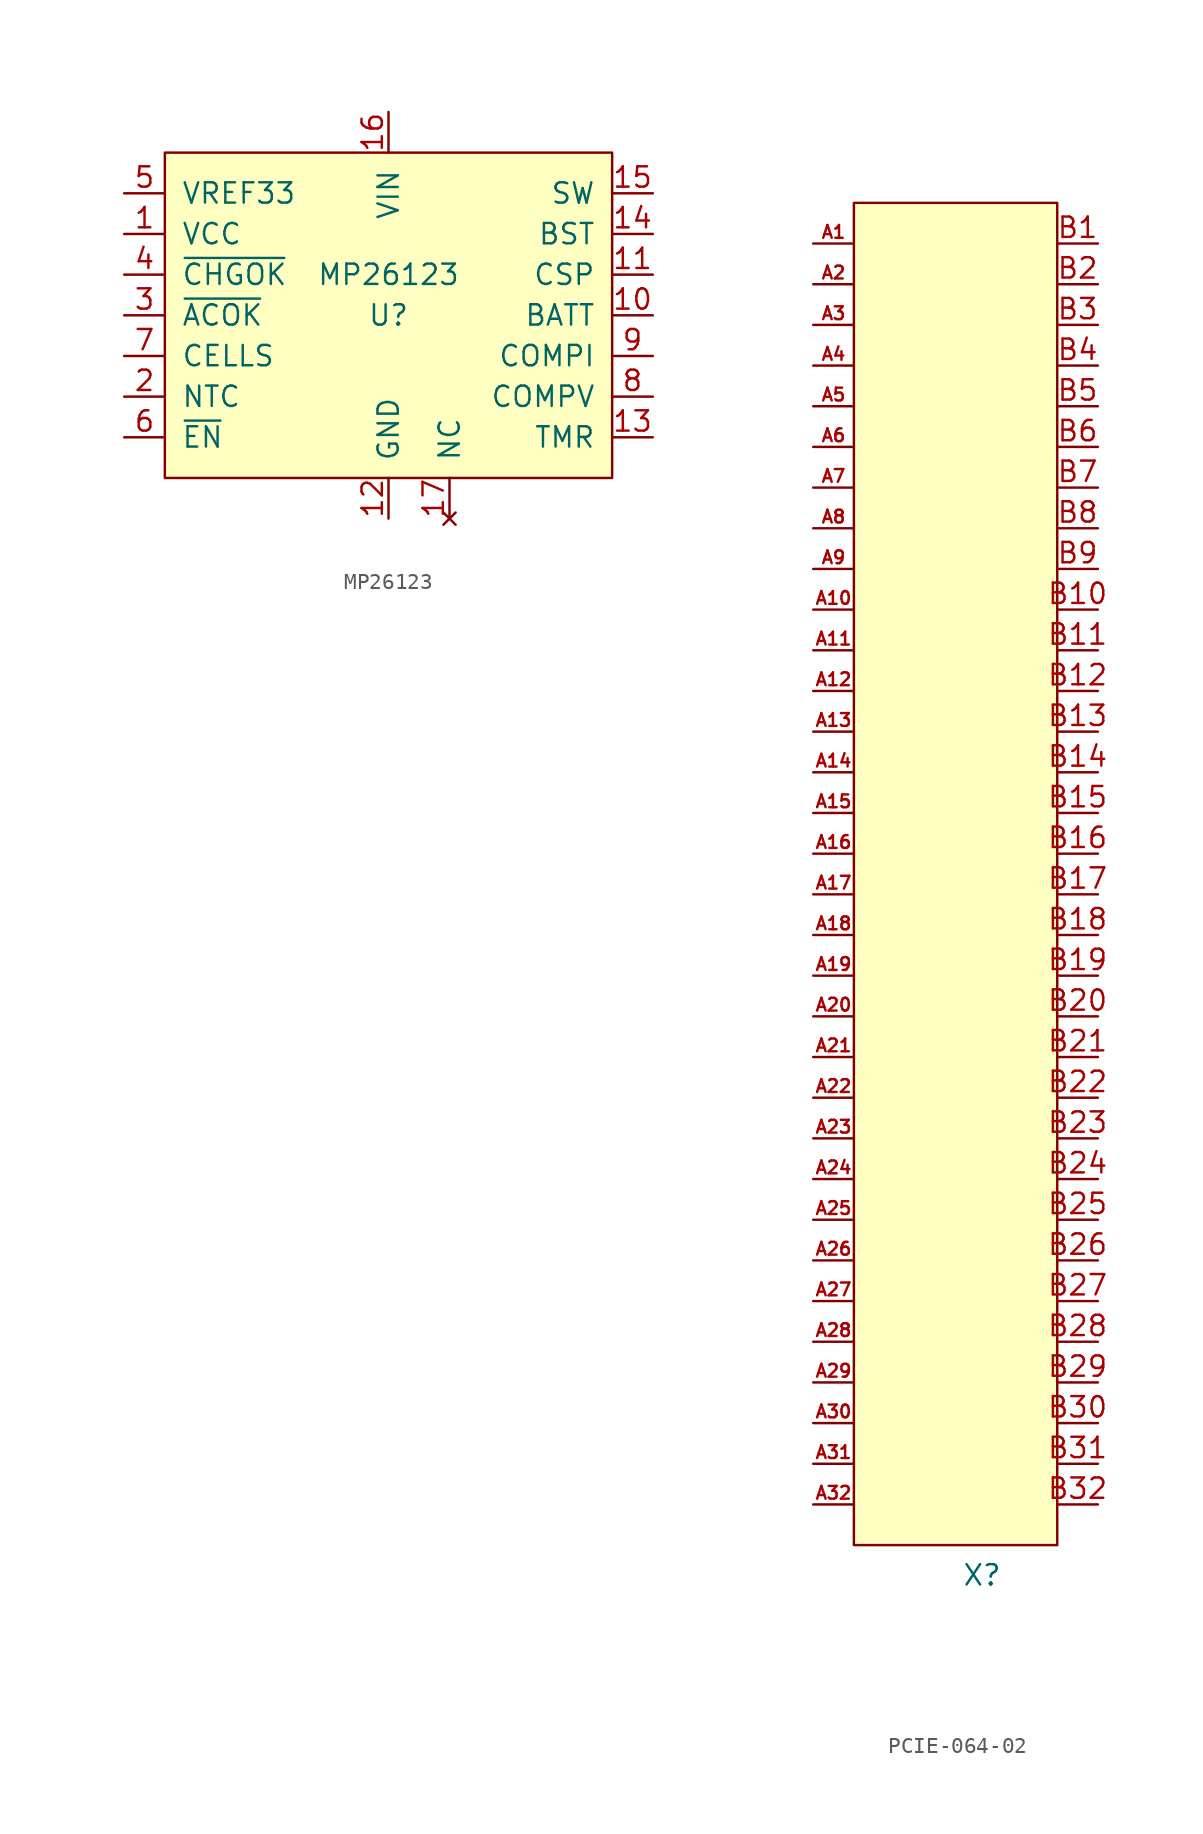
<source format=kicad_sym>
(kicad_symbol_lib
  (version 20220914)
  (generator kicad_symbol_editor)
  (symbol "MP26123"
    (pin_names
      (offset 1.016))
    (property "Reference" "U"
      (at 0 0 0)
      (effects (font (size 1.27 1.27))))
    (property "Value" "MP26123"
      (at 0 2.54 0)
      (effects (font (size 1.27 1.27))))
    (symbol "MP26123_0_1"
      (rectangle (start 13.97 10.16) (end -13.97 -10.16) (stroke (width 0) (type default)) (fill (type background))))
    (symbol "MP26123_1_1"
      (pin power_in line (at -16.51 5.08 0) (length 2.54) (name "VCC" (effects (font (size 1.27 1.27)))) (number "1" (effects (font (size 1.27 1.27)))))
      (pin input line (at 16.51 0 180) (length 2.54) (name "BATT" (effects (font (size 1.27 1.27)))) (number "10" (effects (font (size 1.27 1.27)))))
      (pin input line (at 16.51 2.54 180) (length 2.54) (name "CSP" (effects (font (size 1.27 1.27)))) (number "11" (effects (font (size 1.27 1.27)))))
      (pin power_in line (at 0 -12.7 90) (length 2.54) (name "GND" (effects (font (size 1.27 1.27)))) (number "12" (effects (font (size 1.27 1.27)))))
      (pin input line (at 16.51 -7.62 180) (length 2.54) (name "TMR" (effects (font (size 1.27 1.27)))) (number "13" (effects (font (size 1.27 1.27)))))
      (pin output line (at 16.51 5.08 180) (length 2.54) (name "BST" (effects (font (size 1.27 1.27)))) (number "14" (effects (font (size 1.27 1.27)))))
      (pin output line (at 16.51 7.62 180) (length 2.54) (name "SW" (effects (font (size 1.27 1.27)))) (number "15" (effects (font (size 1.27 1.27)))))
      (pin input line (at 0 12.7 270) (length 2.54) (name "VIN" (effects (font (size 1.27 1.27)))) (number "16" (effects (font (size 1.27 1.27)))))
      (pin no_connect line (at 3.81 -12.7 90) (length 2.54) (name "NC" (effects (font (size 1.27 1.27)))) (number "17" (effects (font (size 1.27 1.27)))))
      (pin input line (at -16.51 -5.08 0) (length 2.54) (name "NTC" (effects (font (size 1.27 1.27)))) (number "2" (effects (font (size 1.27 1.27)))))
      (pin open_collector line (at -16.51 0 0) (length 2.54) (name "~{ACOK}" (effects (font (size 1.27 1.27)))) (number "3" (effects (font (size 1.27 1.27)))))
      (pin open_collector line (at -16.51 2.54 0) (length 2.54) (name "~{CHGOK}" (effects (font (size 1.27 1.27)))) (number "4" (effects (font (size 1.27 1.27)))))
      (pin output line (at -16.51 7.62 0) (length 2.54) (name "VREF33" (effects (font (size 1.27 1.27)))) (number "5" (effects (font (size 1.27 1.27)))))
      (pin input line (at -16.51 -7.62 0) (length 2.54) (name "~{EN}" (effects (font (size 1.27 1.27)))) (number "6" (effects (font (size 1.27 1.27)))))
      (pin input line (at -16.51 -2.54 0) (length 2.54) (name "CELLS" (effects (font (size 1.27 1.27)))) (number "7" (effects (font (size 1.27 1.27)))))
      (pin input line (at 16.51 -5.08 180) (length 2.54) (name "COMPV" (effects (font (size 1.27 1.27)))) (number "8" (effects (font (size 1.27 1.27)))))
      (pin input line (at 16.51 -2.54 180) (length 2.54) (name "COMPI" (effects (font (size 1.27 1.27)))) (number "9" (effects (font (size 1.27 1.27)))))))
  (symbol "PCIE-064-02"
    (property "Reference" "X"
      (at 1.653 -43.788 0)
      (effects (font (size 1.27 1.27))))
    (property "Value" ""
      (at 0 0 0)
      (effects (font (size 1.27 1.27))))
    (symbol "PCIE-064-02_1_1"
      (rectangle (start -6.35 41.91) (end 6.35 -41.91) (stroke (width 0) (type default)) (fill (type background)))
      (pin input line (at -8.89 39.37 0) (length 2.54) (name "" (effects (font (size 1.27 1.27)))) (number "A1" (effects (font (size 0.8 0.8)))))
      (pin input line (at -8.89 16.51 0) (length 2.54) (name "" (effects (font (size 1.27 1.27)))) (number "A10" (effects (font (size 0.8 0.8)))))
      (pin input line (at -8.89 13.97 0) (length 2.54) (name "" (effects (font (size 1.27 1.27)))) (number "A11" (effects (font (size 0.8 0.8)))))
      (pin input line (at -8.89 11.43 0) (length 2.54) (name "" (effects (font (size 1.27 1.27)))) (number "A12" (effects (font (size 0.8 0.8)))))
      (pin input line (at -8.89 8.89 0) (length 2.54) (name "" (effects (font (size 1.27 1.27)))) (number "A13" (effects (font (size 0.8 0.8)))))
      (pin input line (at -8.89 6.35 0) (length 2.54) (name "" (effects (font (size 1.27 1.27)))) (number "A14" (effects (font (size 0.8 0.8)))))
      (pin input line (at -8.89 3.81 0) (length 2.54) (name "" (effects (font (size 1.27 1.27)))) (number "A15" (effects (font (size 0.8 0.8)))))
      (pin input line (at -8.89 1.27 0) (length 2.54) (name "" (effects (font (size 1.27 1.27)))) (number "A16" (effects (font (size 0.8 0.8)))))
      (pin input line (at -8.89 -1.27 0) (length 2.54) (name "" (effects (font (size 1.27 1.27)))) (number "A17" (effects (font (size 0.8 0.8)))))
      (pin input line (at -8.89 -3.81 0) (length 2.54) (name "" (effects (font (size 1.27 1.27)))) (number "A18" (effects (font (size 0.8 0.8)))))
      (pin input line (at -8.89 -6.35 0) (length 2.54) (name "" (effects (font (size 1.27 1.27)))) (number "A19" (effects (font (size 0.8 0.8)))))
      (pin input line (at -8.89 36.83 0) (length 2.54) (name "" (effects (font (size 1.27 1.27)))) (number "A2" (effects (font (size 0.8 0.8)))))
      (pin input line (at -8.89 -8.89 0) (length 2.54) (name "" (effects (font (size 1.27 1.27)))) (number "A20" (effects (font (size 0.8 0.8)))))
      (pin input line (at -8.89 -11.43 0) (length 2.54) (name "" (effects (font (size 1.27 1.27)))) (number "A21" (effects (font (size 0.8 0.8)))))
      (pin input line (at -8.89 -13.97 0) (length 2.54) (name "" (effects (font (size 1.27 1.27)))) (number "A22" (effects (font (size 0.8 0.8)))))
      (pin input line (at -8.89 -16.51 0) (length 2.54) (name "" (effects (font (size 1.27 1.27)))) (number "A23" (effects (font (size 0.8 0.8)))))
      (pin input line (at -8.89 -19.05 0) (length 2.54) (name "" (effects (font (size 1.27 1.27)))) (number "A24" (effects (font (size 0.8 0.8)))))
      (pin input line (at -8.89 -21.59 0) (length 2.54) (name "" (effects (font (size 1.27 1.27)))) (number "A25" (effects (font (size 0.8 0.8)))))
      (pin input line (at -8.89 -24.13 0) (length 2.54) (name "" (effects (font (size 1.27 1.27)))) (number "A26" (effects (font (size 0.8 0.8)))))
      (pin input line (at -8.89 -26.67 0) (length 2.54) (name "" (effects (font (size 1.27 1.27)))) (number "A27" (effects (font (size 0.8 0.8)))))
      (pin input line (at -8.89 -29.21 0) (length 2.54) (name "" (effects (font (size 1.27 1.27)))) (number "A28" (effects (font (size 0.8 0.8)))))
      (pin input line (at -8.89 -31.75 0) (length 2.54) (name "" (effects (font (size 1.27 1.27)))) (number "A29" (effects (font (size 0.8 0.8)))))
      (pin input line (at -8.89 34.29 0) (length 2.54) (name "" (effects (font (size 1.27 1.27)))) (number "A3" (effects (font (size 0.8 0.8)))))
      (pin input line (at -8.89 -34.29 0) (length 2.54) (name "" (effects (font (size 1.27 1.27)))) (number "A30" (effects (font (size 0.8 0.8)))))
      (pin input line (at -8.89 -36.83 0) (length 2.54) (name "" (effects (font (size 1.27 1.27)))) (number "A31" (effects (font (size 0.8 0.8)))))
      (pin input line (at -8.89 -39.37 0) (length 2.54) (name "" (effects (font (size 1.27 1.27)))) (number "A32" (effects (font (size 0.8 0.8)))))
      (pin input line (at -8.89 31.75 0) (length 2.54) (name "" (effects (font (size 1.27 1.27)))) (number "A4" (effects (font (size 0.8 0.8)))))
      (pin input line (at -8.89 29.21 0) (length 2.54) (name "" (effects (font (size 1.27 1.27)))) (number "A5" (effects (font (size 0.8 0.8)))))
      (pin input line (at -8.89 26.67 0) (length 2.54) (name "" (effects (font (size 1.27 1.27)))) (number "A6" (effects (font (size 0.8 0.8)))))
      (pin input line (at -8.89 24.13 0) (length 2.54) (name "" (effects (font (size 1.27 1.27)))) (number "A7" (effects (font (size 0.8 0.8)))))
      (pin input line (at -8.89 21.59 0) (length 2.54) (name "" (effects (font (size 1.27 1.27)))) (number "A8" (effects (font (size 0.8 0.8)))))
      (pin input line (at -8.89 19.05 0) (length 2.54) (name "" (effects (font (size 1.27 1.27)))) (number "A9" (effects (font (size 0.8 0.8)))))
      (pin input line (at 8.89 39.37 180) (length 2.54) (name "" (effects (font (size 1.27 1.27)))) (number "B1" (effects (font (size 1.27 1.27)))))
      (pin input line (at 8.89 16.51 180) (length 2.54) (name "" (effects (font (size 1.27 1.27)))) (number "B10" (effects (font (size 1.27 1.27)))))
      (pin input line (at 8.89 13.97 180) (length 2.54) (name "" (effects (font (size 1.27 1.27)))) (number "B11" (effects (font (size 1.27 1.27)))))
      (pin input line (at 8.89 11.43 180) (length 2.54) (name "" (effects (font (size 1.27 1.27)))) (number "B12" (effects (font (size 1.27 1.27)))))
      (pin input line (at 8.89 8.89 180) (length 2.54) (name "" (effects (font (size 1.27 1.27)))) (number "B13" (effects (font (size 1.27 1.27)))))
      (pin input line (at 8.89 6.35 180) (length 2.54) (name "" (effects (font (size 1.27 1.27)))) (number "B14" (effects (font (size 1.27 1.27)))))
      (pin input line (at 8.89 3.81 180) (length 2.54) (name "" (effects (font (size 1.27 1.27)))) (number "B15" (effects (font (size 1.27 1.27)))))
      (pin input line (at 8.89 1.27 180) (length 2.54) (name "" (effects (font (size 1.27 1.27)))) (number "B16" (effects (font (size 1.27 1.27)))))
      (pin input line (at 8.89 -1.27 180) (length 2.54) (name "" (effects (font (size 1.27 1.27)))) (number "B17" (effects (font (size 1.27 1.27)))))
      (pin input line (at 8.89 -3.81 180) (length 2.54) (name "" (effects (font (size 1.27 1.27)))) (number "B18" (effects (font (size 1.27 1.27)))))
      (pin input line (at 8.89 -6.35 180) (length 2.54) (name "" (effects (font (size 1.27 1.27)))) (number "B19" (effects (font (size 1.27 1.27)))))
      (pin input line (at 8.89 36.83 180) (length 2.54) (name "" (effects (font (size 1.27 1.27)))) (number "B2" (effects (font (size 1.27 1.27)))))
      (pin input line (at 8.89 -8.89 180) (length 2.54) (name "" (effects (font (size 1.27 1.27)))) (number "B20" (effects (font (size 1.27 1.27)))))
      (pin input line (at 8.89 -11.43 180) (length 2.54) (name "" (effects (font (size 1.27 1.27)))) (number "B21" (effects (font (size 1.27 1.27)))))
      (pin input line (at 8.89 -13.97 180) (length 2.54) (name "" (effects (font (size 1.27 1.27)))) (number "B22" (effects (font (size 1.27 1.27)))))
      (pin input line (at 8.89 -16.51 180) (length 2.54) (name "" (effects (font (size 1.27 1.27)))) (number "B23" (effects (font (size 1.27 1.27)))))
      (pin input line (at 8.89 -19.05 180) (length 2.54) (name "" (effects (font (size 1.27 1.27)))) (number "B24" (effects (font (size 1.27 1.27)))))
      (pin input line (at 8.89 -21.59 180) (length 2.54) (name "" (effects (font (size 1.27 1.27)))) (number "B25" (effects (font (size 1.27 1.27)))))
      (pin input line (at 8.89 -24.13 180) (length 2.54) (name "" (effects (font (size 1.27 1.27)))) (number "B26" (effects (font (size 1.27 1.27)))))
      (pin input line (at 8.89 -26.67 180) (length 2.54) (name "" (effects (font (size 1.27 1.27)))) (number "B27" (effects (font (size 1.27 1.27)))))
      (pin input line (at 8.89 -29.21 180) (length 2.54) (name "" (effects (font (size 1.27 1.27)))) (number "B28" (effects (font (size 1.27 1.27)))))
      (pin input line (at 8.89 -31.75 180) (length 2.54) (name "" (effects (font (size 1.27 1.27)))) (number "B29" (effects (font (size 1.27 1.27)))))
      (pin input line (at 8.89 34.29 180) (length 2.54) (name "" (effects (font (size 1.27 1.27)))) (number "B3" (effects (font (size 1.27 1.27)))))
      (pin input line (at 8.89 -34.29 180) (length 2.54) (name "" (effects (font (size 1.27 1.27)))) (number "B30" (effects (font (size 1.27 1.27)))))
      (pin input line (at 8.89 -36.83 180) (length 2.54) (name "" (effects (font (size 1.27 1.27)))) (number "B31" (effects (font (size 1.27 1.27)))))
      (pin input line (at 8.89 -39.37 180) (length 2.54) (name "" (effects (font (size 1.27 1.27)))) (number "B32" (effects (font (size 1.27 1.27)))))
      (pin input line (at 8.89 31.75 180) (length 2.54) (name "" (effects (font (size 1.27 1.27)))) (number "B4" (effects (font (size 1.27 1.27)))))
      (pin input line (at 8.89 29.21 180) (length 2.54) (name "" (effects (font (size 1.27 1.27)))) (number "B5" (effects (font (size 1.27 1.27)))))
      (pin input line (at 8.89 26.67 180) (length 2.54) (name "" (effects (font (size 1.27 1.27)))) (number "B6" (effects (font (size 1.27 1.27)))))
      (pin input line (at 8.89 24.13 180) (length 2.54) (name "" (effects (font (size 1.27 1.27)))) (number "B7" (effects (font (size 1.27 1.27)))))
      (pin input line (at 8.89 21.59 180) (length 2.54) (name "" (effects (font (size 1.27 1.27)))) (number "B8" (effects (font (size 1.27 1.27)))))
      (pin input line (at 8.89 19.05 180) (length 2.54) (name "" (effects (font (size 1.27 1.27)))) (number "B9" (effects (font (size 1.27 1.27))))))))
</source>
